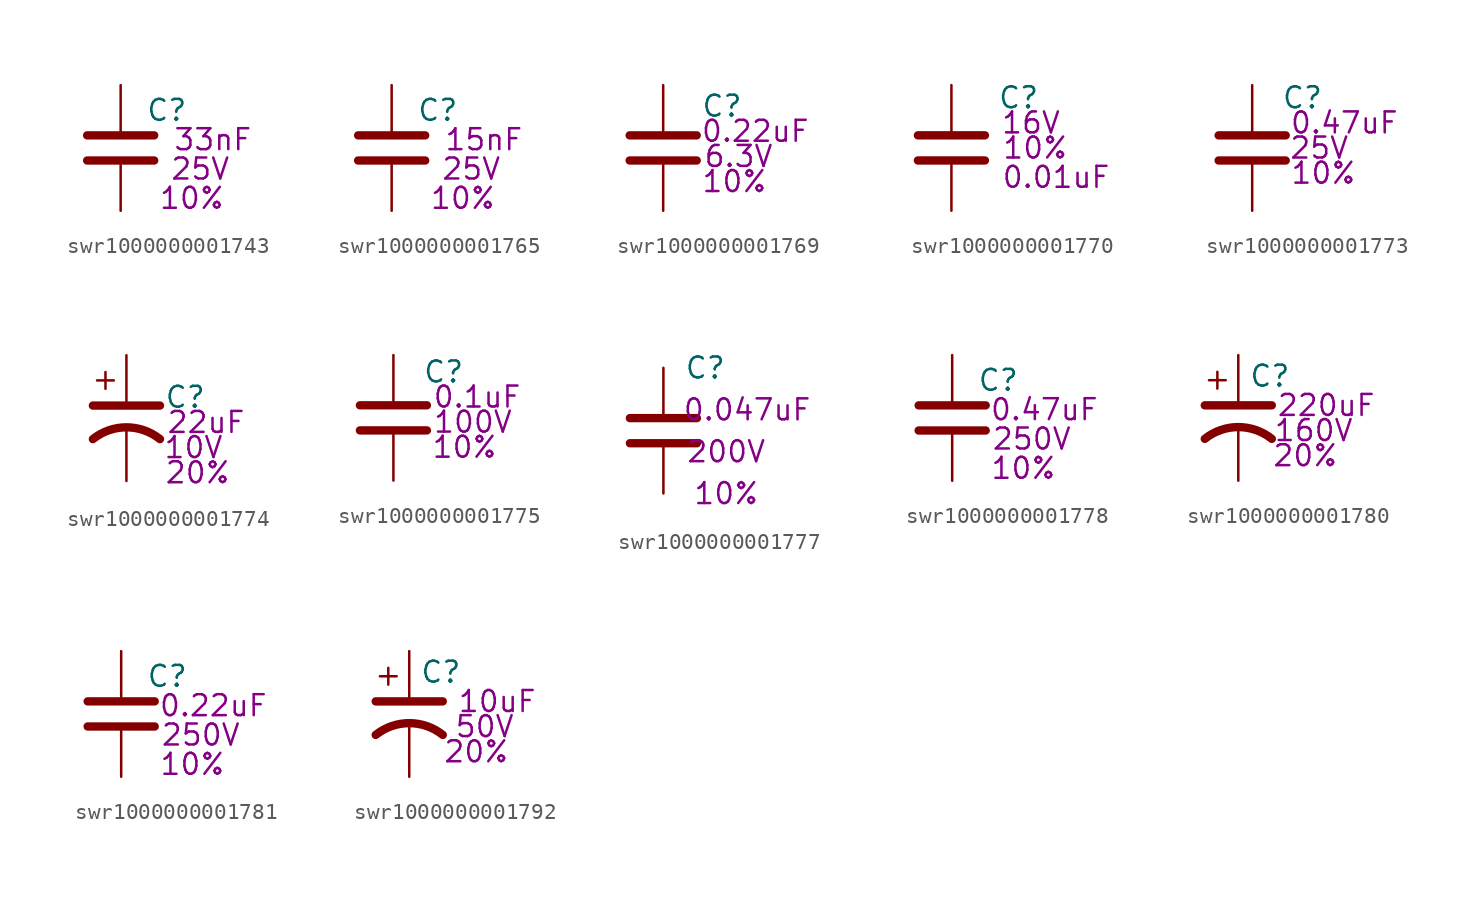
<source format=kicad_sym>
(kicad_symbol_lib
  (version 20220914)
  (generator kicad_symbol_editor)
  (symbol "swr1000000001743"
    (pin_numbers hide)
    (pin_names
      (offset 1.016))
    (property "Reference" "C"
      (at 2.794 2.286 0)
      (effects (font (size 1.27 1.27))))
    (property "Tolerance" "10%"
      (at 4.318 -3.048 0)
      (effects (font (size 1.27 1.27))))
    (property "Voltage" "25V"
      (at 4.826 -1.27 0)
      (effects (font (size 1.27 1.27))))
    (property "PartValue" "33nF"
      (at 5.588 0.508 0)
      (effects (font (size 1.27 1.27))))
    (symbol "swr1000000001743_1_1"
      (polyline (pts (xy -2.032 -0.762) (xy 2.032 -0.762)) (stroke (width 0.508) (type default)) (fill (type none)))
      (polyline (pts (xy -2.032 0.762) (xy 2.032 0.762)) (stroke (width 0.508) (type default)) (fill (type none)))
      (pin passive line (at 0 3.81 270) (length 2.794) (name "~" (effects (font (size 1.27 1.27)))) (number "1" (effects (font (size 1.27 1.27)))))
      (pin passive line (at 0 -3.81 90) (length 2.794) (name "~" (effects (font (size 1.27 1.27)))) (number "2" (effects (font (size 1.27 1.27)))))))
  (symbol "swr1000000001765"
    (pin_numbers hide)
    (pin_names
      (offset 1.016))
    (property "Reference" "C"
      (at 2.794 2.286 0)
      (effects (font (size 1.27 1.27))))
    (property "Tolerance" "10%"
      (at 4.318 -3.048 0)
      (effects (font (size 1.27 1.27))))
    (property "Voltage" "25V"
      (at 4.826 -1.27 0)
      (effects (font (size 1.27 1.27))))
    (property "PartValue" "15nF"
      (at 5.588 0.508 0)
      (effects (font (size 1.27 1.27))))
    (symbol "swr1000000001765_1_1"
      (polyline (pts (xy -2.032 -0.762) (xy 2.032 -0.762)) (stroke (width 0.508) (type default)) (fill (type none)))
      (polyline (pts (xy -2.032 0.762) (xy 2.032 0.762)) (stroke (width 0.508) (type default)) (fill (type none)))
      (pin passive line (at 0 3.81 270) (length 2.794) (name "~" (effects (font (size 1.27 1.27)))) (number "1" (effects (font (size 1.27 1.27)))))
      (pin passive line (at 0 -3.81 90) (length 2.794) (name "~" (effects (font (size 1.27 1.27)))) (number "2" (effects (font (size 1.27 1.27)))))))
  (symbol "swr1000000001769"
    (pin_numbers hide)
    (pin_names
      (offset 0.254))
    (property "Reference" "C"
      (at 2.286 2.54 0)
      (effects (font (size 1.27 1.27)) (justify left)))
    (property "Tolerance" "10%"
      (at 4.318 -2.032 0)
      (effects (font (size 1.27 1.27))))
    (property "Voltage" "6.3V"
      (at 4.572 -0.508 0)
      (effects (font (size 1.27 1.27))))
    (property "PartNumber" "0.22uF"
      (at 5.588 1.016 0)
      (effects (font (size 1.27 1.27))))
    (symbol "swr1000000001769_0_1"
      (polyline (pts (xy -2.032 -0.762) (xy 2.032 -0.762)) (stroke (width 0.508) (type default)) (fill (type none)))
      (polyline (pts (xy -2.032 0.762) (xy 2.032 0.762)) (stroke (width 0.508) (type default)) (fill (type none))))
    (symbol "swr1000000001769_1_1"
      (pin passive line (at 0 3.81 270) (length 2.794) (name "~" (effects (font (size 1.27 1.27)))) (number "1" (effects (font (size 1.27 1.27)))))
      (pin passive line (at 0 -3.81 90) (length 2.794) (name "~" (effects (font (size 1.27 1.27)))) (number "2" (effects (font (size 1.27 1.27)))))))
  (symbol "swr1000000001770"
    (pin_numbers hide)
    (pin_names
      (offset 0.254))
    (property "Reference" "C"
      (at 2.794 3.048 0)
      (effects (font (size 1.27 1.27)) (justify left)))
    (property "Tolerance" "10%"
      (at 5.08 0 0)
      (effects (font (size 1.27 1.27))))
    (property "Voltage" "16V"
      (at 4.826 1.524 0)
      (effects (font (size 1.27 1.27))))
    (property "PartValue" "0.01uF"
      (at 6.35 -1.778 0)
      (effects (font (size 1.27 1.27))))
    (symbol "swr1000000001770_0_1"
      (polyline (pts (xy -2.032 -0.762) (xy 2.032 -0.762)) (stroke (width 0.508) (type default)) (fill (type none)))
      (polyline (pts (xy -2.032 0.762) (xy 2.032 0.762)) (stroke (width 0.508) (type default)) (fill (type none))))
    (symbol "swr1000000001770_1_1"
      (pin passive line (at 0 3.81 270) (length 2.794) (name "~" (effects (font (size 1.27 1.27)))) (number "1" (effects (font (size 1.27 1.27)))))
      (pin passive line (at 0 -3.81 90) (length 2.794) (name "~" (effects (font (size 1.27 1.27)))) (number "2" (effects (font (size 1.27 1.27)))))))
  (symbol "swr1000000001773"
    (pin_numbers hide)
    (pin_names
      (offset 1.016))
    (property "Reference" "C"
      (at 3.048 3.048 0)
      (effects (font (size 1.27 1.27))))
    (property "PartValue" "0.47uF"
      (at 5.588 1.524 0)
      (effects (font (size 1.27 1.27))))
    (property "Voltage" "25V"
      (at 4.064 0 0)
      (effects (font (size 1.27 1.27))))
    (property "Tolerance" "10%"
      (at 4.318 -1.524 0)
      (effects (font (size 1.27 1.27))))
    (symbol "swr1000000001773_1_1"
      (polyline (pts (xy -2.032 -0.762) (xy 2.032 -0.762)) (stroke (width 0.508) (type default)) (fill (type none)))
      (polyline (pts (xy -2.032 0.762) (xy 2.032 0.762)) (stroke (width 0.508) (type default)) (fill (type none)))
      (pin passive line (at 0 3.81 270) (length 2.794) (name "~" (effects (font (size 1.27 1.27)))) (number "1" (effects (font (size 1.27 1.27)))))
      (pin passive line (at 0 -3.81 90) (length 2.794) (name "~" (effects (font (size 1.27 1.27)))) (number "2" (effects (font (size 1.27 1.27)))))))
  (symbol "swr1000000001774"
    (pin_numbers hide)
    (pin_names
      (offset 0.254) hide)
    (property "Reference" "C"
      (at 2.286 1.27 0)
      (effects (font (size 1.27 1.27)) (justify left)))
    (property "PartValue" "22uF"
      (at 4.826 -0.254 0)
      (effects (font (size 1.27 1.27))))
    (property "Tolerance" "20%"
      (at 4.318 -3.302 0)
      (effects (font (size 1.27 1.27))))
    (property "Voltage" "10V"
      (at 4.064 -1.778 0)
      (effects (font (size 1.27 1.27))))
    (symbol "swr1000000001774_1_1"
      (polyline (pts (xy -2.032 0.762) (xy 2.032 0.762)) (stroke (width 0.508) (type default)) (fill (type none)))
      (polyline (pts (xy -1.778 2.286) (xy -0.762 2.286)) (stroke (width 0) (type default)) (fill (type none)))
      (polyline (pts (xy -1.27 1.778) (xy -1.27 2.794)) (stroke (width 0) (type default)) (fill (type none)))
      (arc (start 2.032 -1.27) (mid 0 -0.5572) (end -2.032 -1.27) (stroke (width 0.508) (type default)) (fill (type none)))
      (pin passive line (at 0 3.81 270) (length 2.794) (name "+" (effects (font (size 1.27 1.27)))) (number "1" (effects (font (size 1.27 1.27)))))
      (pin passive line (at 0 -3.81 90) (length 3.302) (name "-" (effects (font (size 1.27 1.27)))) (number "2" (effects (font (size 1.27 1.27)))))))
  (symbol "swr1000000001775"
    (pin_numbers hide)
    (pin_names
      (offset 1.016))
    (property "Reference" "C"
      (at 3.048 2.794 0)
      (effects (font (size 1.27 1.27))))
    (property "Voltage" "100V"
      (at 4.826 -0.254 0)
      (effects (font (size 1.27 1.27))))
    (property "Tolerance" "10%"
      (at 4.318 -1.778 0)
      (effects (font (size 1.27 1.27))))
    (property "PartValue" "0.1uF"
      (at 5.08 1.27 0)
      (effects (font (size 1.27 1.27))))
    (symbol "swr1000000001775_1_1"
      (polyline (pts (xy -2.032 -0.762) (xy 2.032 -0.762)) (stroke (width 0.508) (type default)) (fill (type none)))
      (polyline (pts (xy -2.032 0.762) (xy 2.032 0.762)) (stroke (width 0.508) (type default)) (fill (type none)))
      (pin passive line (at 0 3.81 270) (length 2.794) (name "~" (effects (font (size 1.27 1.27)))) (number "1" (effects (font (size 1.27 1.27)))))
      (pin passive line (at 0 -3.81 90) (length 2.794) (name "~" (effects (font (size 1.27 1.27)))) (number "2" (effects (font (size 1.27 1.27)))))))
  (symbol "swr1000000001777"
    (pin_numbers hide)
    (pin_names
      (offset 1.016))
    (property "Reference" "C"
      (at 2.54 3.81 0)
      (effects (font (size 1.27 1.27))))
    (property "Voltage" "200V"
      (at 3.81 -1.27 0)
      (effects (font (size 1.27 1.27))))
    (property "Tolerance" "10%"
      (at 3.81 -3.81 0)
      (effects (font (size 1.27 1.27))))
    (property "PartValue" "0.047uF"
      (at 5.08 1.27 0)
      (effects (font (size 1.27 1.27))))
    (symbol "swr1000000001777_1_1"
      (polyline (pts (xy -2.032 -0.762) (xy 2.032 -0.762)) (stroke (width 0.508) (type default)) (fill (type none)))
      (polyline (pts (xy -2.032 0.762) (xy 2.032 0.762)) (stroke (width 0.508) (type default)) (fill (type none)))
      (pin passive line (at 0 3.81 270) (length 2.794) (name "~" (effects (font (size 1.27 1.27)))) (number "1" (effects (font (size 1.27 1.27)))))
      (pin passive line (at 0 -3.81 90) (length 2.794) (name "~" (effects (font (size 1.27 1.27)))) (number "2" (effects (font (size 1.27 1.27)))))))
  (symbol "swr1000000001778"
    (pin_numbers hide)
    (pin_names
      (offset 1.016))
    (property "Reference" "C"
      (at 2.794 2.286 0)
      (effects (font (size 1.27 1.27))))
    (property "Tolerance" "10%"
      (at 4.318 -3.048 0)
      (effects (font (size 1.27 1.27))))
    (property "Voltage" "250V"
      (at 4.826 -1.27 0)
      (effects (font (size 1.27 1.27))))
    (property "PartValue" "0.47uF"
      (at 5.588 0.508 0)
      (effects (font (size 1.27 1.27))))
    (symbol "swr1000000001778_1_1"
      (polyline (pts (xy -2.032 -0.762) (xy 2.032 -0.762)) (stroke (width 0.508) (type default)) (fill (type none)))
      (polyline (pts (xy -2.032 0.762) (xy 2.032 0.762)) (stroke (width 0.508) (type default)) (fill (type none)))
      (pin passive line (at 0 3.81 270) (length 2.794) (name "~" (effects (font (size 1.27 1.27)))) (number "1" (effects (font (size 1.27 1.27)))))
      (pin passive line (at 0 -3.81 90) (length 2.794) (name "~" (effects (font (size 1.27 1.27)))) (number "2" (effects (font (size 1.27 1.27)))))))
  (symbol "swr1000000001780"
    (pin_numbers hide)
    (pin_names
      (offset 0.254) hide)
    (property "Reference" "C"
      (at 0.635 2.54 0)
      (effects (font (size 1.27 1.27)) (justify left)))
    (property "PartValue" "220uF"
      (at 5.334 0.762 0)
      (effects (font (size 1.27 1.27))))
    (property "Voltage" "160V"
      (at 4.572 -0.762 0)
      (effects (font (size 1.27 1.27))))
    (property "Tolerance" "20%"
      (at 4.064 -2.286 0)
      (effects (font (size 1.27 1.27))))
    (symbol "swr1000000001780_0_1"
      (polyline (pts (xy -2.032 0.762) (xy 2.032 0.762)) (stroke (width 0.508) (type default)) (fill (type none)))
      (polyline (pts (xy -1.778 2.286) (xy -0.762 2.286)) (stroke (width 0) (type default)) (fill (type none)))
      (polyline (pts (xy -1.27 1.778) (xy -1.27 2.794)) (stroke (width 0) (type default)) (fill (type none)))
      (arc (start 2.032 -1.27) (mid 0 -0.5572) (end -2.032 -1.27) (stroke (width 0.508) (type default)) (fill (type none))))
    (symbol "swr1000000001780_1_1"
      (pin passive line (at 0 3.81 270) (length 2.794) (name "+" (effects (font (size 1.27 1.27)))) (number "1" (effects (font (size 1.27 1.27)))))
      (pin passive line (at 0 -3.81 90) (length 3.302) (name "-" (effects (font (size 1.27 1.27)))) (number "2" (effects (font (size 1.27 1.27)))))))
  (symbol "swr1000000001781"
    (pin_numbers hide)
    (pin_names
      (offset 1.016))
    (property "Reference" "C"
      (at 2.794 2.286 0)
      (effects (font (size 1.27 1.27))))
    (property "Tolerance" "10%"
      (at 4.318 -3.048 0)
      (effects (font (size 1.27 1.27))))
    (property "Voltage" "250V"
      (at 4.826 -1.27 0)
      (effects (font (size 1.27 1.27))))
    (property "PartValue" "0.22uF"
      (at 5.588 0.508 0)
      (effects (font (size 1.27 1.27))))
    (symbol "swr1000000001781_1_1"
      (polyline (pts (xy -2.032 -0.762) (xy 2.032 -0.762)) (stroke (width 0.508) (type default)) (fill (type none)))
      (polyline (pts (xy -2.032 0.762) (xy 2.032 0.762)) (stroke (width 0.508) (type default)) (fill (type none)))
      (pin passive line (at 0 3.81 270) (length 2.794) (name "~" (effects (font (size 1.27 1.27)))) (number "1" (effects (font (size 1.27 1.27)))))
      (pin passive line (at 0 -3.81 90) (length 2.794) (name "~" (effects (font (size 1.27 1.27)))) (number "2" (effects (font (size 1.27 1.27)))))))
  (symbol "swr1000000001792"
    (pin_numbers hide)
    (pin_names
      (offset 0.254) hide)
    (property "Reference" "C"
      (at 0.635 2.54 0)
      (effects (font (size 1.27 1.27)) (justify left)))
    (property "PartValue" "10uF"
      (at 5.334 0.762 0)
      (effects (font (size 1.27 1.27))))
    (property "Voltage" "50V"
      (at 4.572 -0.762 0)
      (effects (font (size 1.27 1.27))))
    (property "Tolerance" "20%"
      (at 4.064 -2.286 0)
      (effects (font (size 1.27 1.27))))
    (symbol "swr1000000001792_0_1"
      (polyline (pts (xy -2.032 0.762) (xy 2.032 0.762)) (stroke (width 0.508) (type default)) (fill (type none)))
      (polyline (pts (xy -1.778 2.286) (xy -0.762 2.286)) (stroke (width 0) (type default)) (fill (type none)))
      (polyline (pts (xy -1.27 1.778) (xy -1.27 2.794)) (stroke (width 0) (type default)) (fill (type none)))
      (arc (start 2.032 -1.27) (mid 0 -0.5572) (end -2.032 -1.27) (stroke (width 0.508) (type default)) (fill (type none))))
    (symbol "swr1000000001792_1_1"
      (pin passive line (at 0 3.81 270) (length 2.794) (name "+" (effects (font (size 1.27 1.27)))) (number "1" (effects (font (size 1.27 1.27)))))
      (pin passive line (at 0 -3.81 90) (length 3.302) (name "-" (effects (font (size 1.27 1.27)))) (number "2" (effects (font (size 1.27 1.27))))))))
</source>
